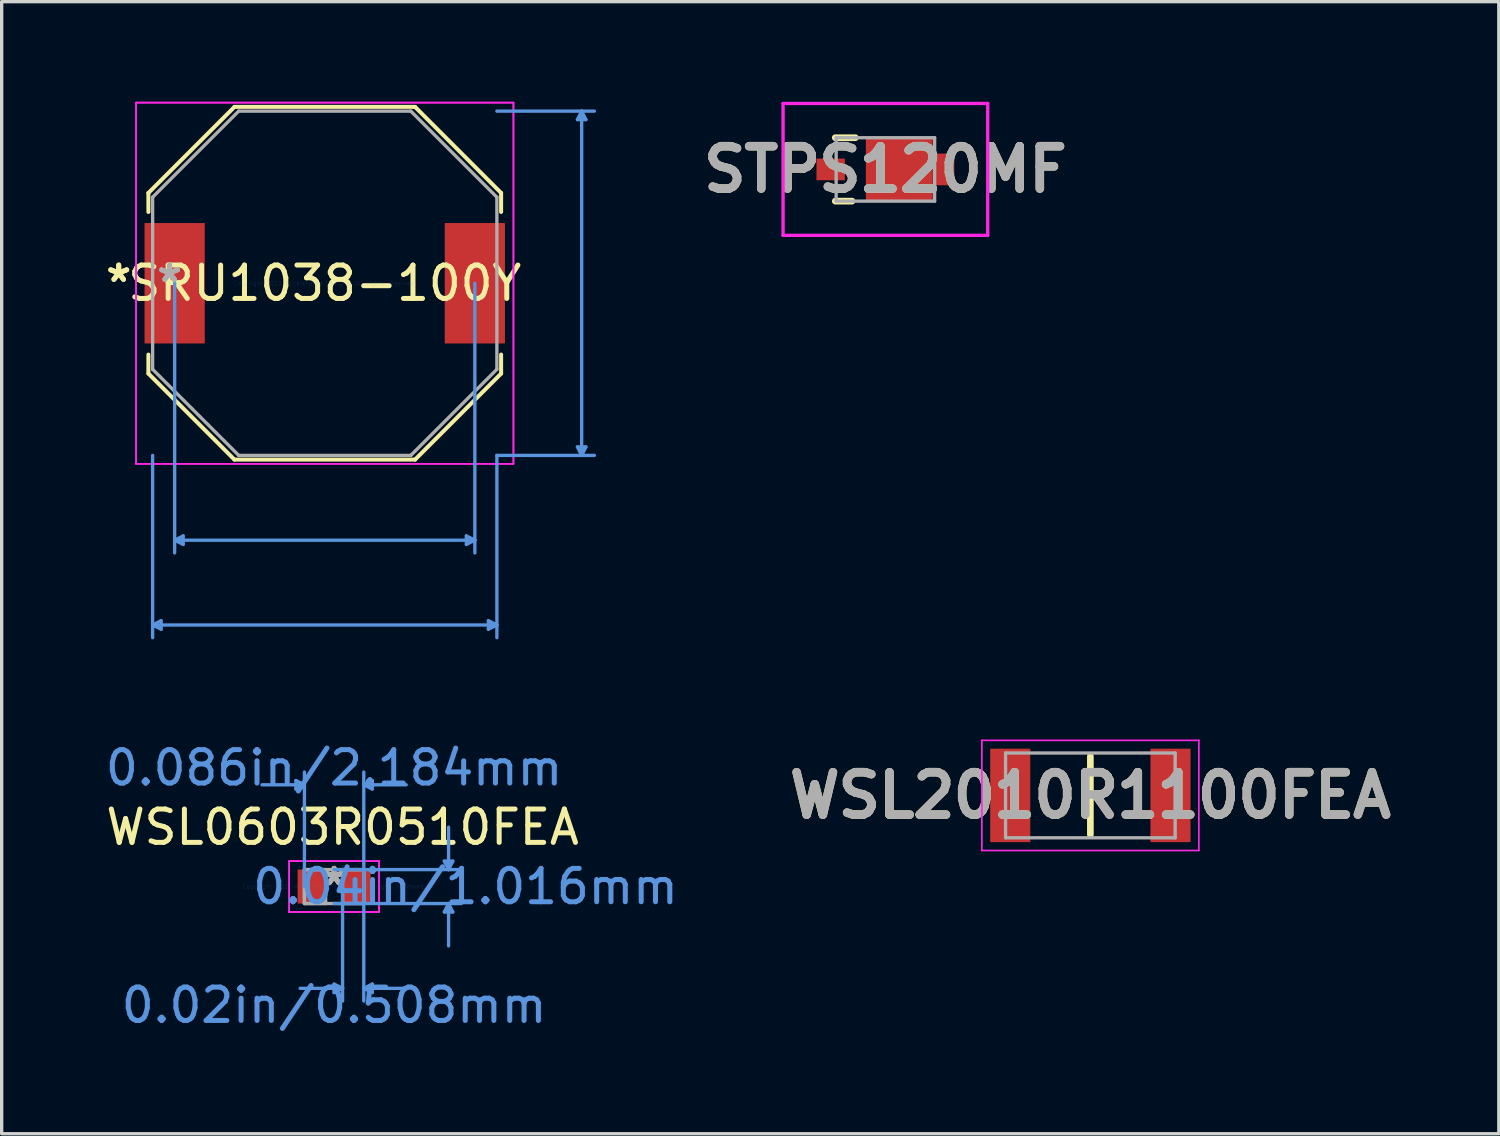
<source format=kicad_pcb>
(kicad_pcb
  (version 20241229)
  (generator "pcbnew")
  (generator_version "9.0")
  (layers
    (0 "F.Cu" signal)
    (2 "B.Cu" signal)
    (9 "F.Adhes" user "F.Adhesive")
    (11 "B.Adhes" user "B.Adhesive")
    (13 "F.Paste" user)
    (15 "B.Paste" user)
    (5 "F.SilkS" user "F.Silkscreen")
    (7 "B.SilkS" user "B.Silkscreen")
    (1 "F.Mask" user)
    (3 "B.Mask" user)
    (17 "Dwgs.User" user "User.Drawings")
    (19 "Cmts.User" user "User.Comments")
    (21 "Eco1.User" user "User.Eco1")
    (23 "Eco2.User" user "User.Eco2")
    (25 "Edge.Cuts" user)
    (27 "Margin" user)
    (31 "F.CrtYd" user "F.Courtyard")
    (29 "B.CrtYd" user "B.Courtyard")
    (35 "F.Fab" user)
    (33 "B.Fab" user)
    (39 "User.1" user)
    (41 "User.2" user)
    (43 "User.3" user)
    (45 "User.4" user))
  (footprint "STPS120MF"
    (layer "F.Cu")
    (at 23.472 2.025)
    (property "Reference" "STPS120MF" (at 0 0 0) (layer "F.SilkS") (effects (font (size 1.27 1.27) (thickness 0.254))))
    (attr smd)
    (fp_line (start -1 0.95) (end -1.5 0.95) (stroke (width 0.2) (type solid)) (layer "F.SilkS"))
    (fp_line (start -0.9 -0.95) (end -1.5 -0.95) (stroke (width 0.2) (type solid)) (layer "F.SilkS"))
    (fp_line (start -3.065 -1.975) (end 3.065 -1.975) (stroke (width 0.1) (type solid)) (layer "F.CrtYd"))
    (fp_line (start -3.065 1.975) (end -3.065 -1.975) (stroke (width 0.1) (type solid)) (layer "F.CrtYd"))
    (fp_line (start 3.065 -1.975) (end 3.065 1.975) (stroke (width 0.1) (type solid)) (layer "F.CrtYd"))
    (fp_line (start 3.065 1.975) (end -3.065 1.975) (stroke (width 0.1) (type solid)) (layer "F.CrtYd"))
    (fp_line (start -1.475 -0.95) (end 1.475 -0.95) (stroke (width 0.1) (type solid)) (layer "F.Fab"))
    (fp_line (start -1.475 0.95) (end -1.475 -0.95) (stroke (width 0.1) (type solid)) (layer "F.Fab"))
    (fp_line (start 1.475 -0.95) (end 1.475 0.95) (stroke (width 0.1) (type solid)) (layer "F.Fab"))
    (fp_line (start 1.475 0.95) (end -1.475 0.95) (stroke (width 0.1) (type solid)) (layer "F.Fab"))
    (fp_text user "${REFERENCE}" (at 0 0 0) (layer "F.Fab") (effects (font (size 1.27 1.27) (thickness 0.254))))
    (pad "1" smd rect (at -1.64 0 90) (size 0.65 0.85) (layers "F.Cu" "F.Mask" "F.Paste"))
    (pad "2" smd rect (at 0.415 0 90) (size 1.95 2) (layers "F.Cu" "F.Mask" "F.Paste"))
    (pad "3" smd rect (at 1.74 0) (size 0.65 0.95) (layers "F.Cu" "F.Mask" "F.Paste")))
  (footprint "WSL0603R0510FEA"
    (layer "F.Cu")
    (at 6.958 23.507)
    (property "Reference" "WSL0603R0510FEA" (at 0.254 -1.778 0) (layer "F.SilkS") (effects (font (size 1 1) (thickness 0.15))))
    (attr through_hole)
    (fp_line (start -1.143 -3.175) (end -1.143 -2.921) (stroke (width 0.1) (type solid)) (layer "Cmts.User"))
    (fp_line (start -0.889 -3.048) (end -2.159 -3.048) (stroke (width 0.1) (type solid)) (layer "Cmts.User"))
    (fp_line (start -0.889 -3.048) (end -1.143 -3.175) (stroke (width 0.1) (type solid)) (layer "Cmts.User"))
    (fp_line (start -0.889 -3.048) (end -1.143 -2.921) (stroke (width 0.1) (type solid)) (layer "Cmts.User"))
    (fp_line (start -0.889 0) (end -0.889 -3.429) (stroke (width 0.1) (type solid)) (layer "Cmts.User"))
    (fp_line (start 0 -0.508) (end 3.81 -0.508) (stroke (width 0.1) (type solid)) (layer "Cmts.User"))
    (fp_line (start 0 0.508) (end 3.81 0.508) (stroke (width 0.1) (type solid)) (layer "Cmts.User"))
    (fp_line (start 0 2.921) (end 0 3.175) (stroke (width 0.1) (type solid)) (layer "Cmts.User"))
    (fp_line (start 0.254 0) (end 0.254 3.429) (stroke (width 0.1) (type solid)) (layer "Cmts.User"))
    (fp_line (start 0.254 3.048) (end -1.016 3.048) (stroke (width 0.1) (type solid)) (layer "Cmts.User"))
    (fp_line (start 0.254 3.048) (end 0 2.921) (stroke (width 0.1) (type solid)) (layer "Cmts.User"))
    (fp_line (start 0.254 3.048) (end 0 3.175) (stroke (width 0.1) (type solid)) (layer "Cmts.User"))
    (fp_line (start 0.889 -3.048) (end 1.143 -3.175) (stroke (width 0.1) (type solid)) (layer "Cmts.User"))
    (fp_line (start 0.889 -3.048) (end 1.143 -2.921) (stroke (width 0.1) (type solid)) (layer "Cmts.User"))
    (fp_line (start 0.889 -3.048) (end 2.159 -3.048) (stroke (width 0.1) (type solid)) (layer "Cmts.User"))
    (fp_line (start 0.889 0) (end 0.889 -3.429) (stroke (width 0.1) (type solid)) (layer "Cmts.User"))
    (fp_line (start 0.889 0) (end 0.889 3.429) (stroke (width 0.1) (type solid)) (layer "Cmts.User"))
    (fp_line (start 0.889 3.048) (end 1.143 2.921) (stroke (width 0.1) (type solid)) (layer "Cmts.User"))
    (fp_line (start 0.889 3.048) (end 1.143 3.175) (stroke (width 0.1) (type solid)) (layer "Cmts.User"))
    (fp_line (start 0.889 3.048) (end 2.159 3.048) (stroke (width 0.1) (type solid)) (layer "Cmts.User"))
    (fp_line (start 1.143 -3.175) (end 1.143 -2.921) (stroke (width 0.1) (type solid)) (layer "Cmts.User"))
    (fp_line (start 1.143 2.921) (end 1.143 3.175) (stroke (width 0.1) (type solid)) (layer "Cmts.User"))
    (fp_line (start 3.302 -0.762) (end 3.556 -0.762) (stroke (width 0.1) (type solid)) (layer "Cmts.User"))
    (fp_line (start 3.302 0.762) (end 3.556 0.762) (stroke (width 0.1) (type solid)) (layer "Cmts.User"))
    (fp_line (start 3.429 -0.508) (end 3.302 -0.762) (stroke (width 0.1) (type solid)) (layer "Cmts.User"))
    (fp_line (start 3.429 -0.508) (end 3.429 -1.778) (stroke (width 0.1) (type solid)) (layer "Cmts.User"))
    (fp_line (start 3.429 -0.508) (end 3.556 -0.762) (stroke (width 0.1) (type solid)) (layer "Cmts.User"))
    (fp_line (start 3.429 0.508) (end 3.302 0.762) (stroke (width 0.1) (type solid)) (layer "Cmts.User"))
    (fp_line (start 3.429 0.508) (end 3.429 1.778) (stroke (width 0.1) (type solid)) (layer "Cmts.User"))
    (fp_line (start 3.429 0.508) (end 3.556 0.762) (stroke (width 0.1) (type solid)) (layer "Cmts.User"))
    (fp_line (start -1.346 -0.762) (end 1.346 -0.762) (stroke (width 0.05) (type solid)) (layer "F.CrtYd"))
    (fp_line (start -1.346 -0.762) (end 1.346 -0.762) (stroke (width 0.05) (type solid)) (layer "F.CrtYd"))
    (fp_line (start -1.346 0.762) (end -1.346 -0.762) (stroke (width 0.05) (type solid)) (layer "F.CrtYd"))
    (fp_line (start -1.346 0.762) (end -1.346 -0.762) (stroke (width 0.05) (type solid)) (layer "F.CrtYd"))
    (fp_line (start 1.346 -0.762) (end 1.346 0.762) (stroke (width 0.05) (type solid)) (layer "F.CrtYd"))
    (fp_line (start 1.346 -0.762) (end 1.346 0.762) (stroke (width 0.05) (type solid)) (layer "F.CrtYd"))
    (fp_line (start 1.346 0.762) (end -1.346 0.762) (stroke (width 0.05) (type solid)) (layer "F.CrtYd"))
    (fp_line (start 1.346 0.762) (end -1.346 0.762) (stroke (width 0.05) (type solid)) (layer "F.CrtYd"))
    (fp_line (start -0.889 -0.508) (end -0.889 0.508) (stroke (width 0.1) (type solid)) (layer "F.Fab"))
    (fp_line (start -0.889 -0.508) (end -0.889 0.508) (stroke (width 0.1) (type solid)) (layer "F.Fab"))
    (fp_line (start -0.889 0.508) (end -0.254 0.508) (stroke (width 0.1) (type solid)) (layer "F.Fab"))
    (fp_line (start -0.889 0.508) (end 0.889 0.508) (stroke (width 0.1) (type solid)) (layer "F.Fab"))
    (fp_line (start -0.254 -0.508) (end -0.889 -0.508) (stroke (width 0.1) (type solid)) (layer "F.Fab"))
    (fp_line (start -0.254 0.508) (end -0.254 -0.508) (stroke (width 0.1) (type solid)) (layer "F.Fab"))
    (fp_line (start 0.254 -0.508) (end 0.254 0.508) (stroke (width 0.1) (type solid)) (layer "F.Fab"))
    (fp_line (start 0.254 0.508) (end 0.889 0.508) (stroke (width 0.1) (type solid)) (layer "F.Fab"))
    (fp_line (start 0.889 -0.508) (end -0.889 -0.508) (stroke (width 0.1) (type solid)) (layer "F.Fab"))
    (fp_line (start 0.889 -0.508) (end 0.254 -0.508) (stroke (width 0.1) (type solid)) (layer "F.Fab"))
    (fp_line (start 0.889 0.508) (end 0.889 -0.508) (stroke (width 0.1) (type solid)) (layer "F.Fab"))
    (fp_line (start 0.889 0.508) (end 0.889 -0.508) (stroke (width 0.1) (type solid)) (layer "F.Fab"))
    (fp_text user "*" (at 0 0 0) (layer "F.SilkS") (effects (font (size 1 1) (thickness 0.15))))
    (fp_text user "0.02in/0.508mm" (at 0 3.556 0) (layer "Cmts.User") (effects (font (size 1 1) (thickness 0.15))))
    (fp_text user "Copyright 2021 Accelerated Designs. All rights reserved." (at 0 0 0) (layer "Cmts.User") (effects (font (size 0.127 0.127) (thickness 0.002))))
    (fp_text user "0.04in/1.016mm" (at 3.937 0 0) (layer "Cmts.User") (effects (font (size 1 1) (thickness 0.15))))
    (fp_text user "0.086in/2.184mm" (at 0 -3.556 0) (layer "Cmts.User") (effects (font (size 1 1) (thickness 0.15))))
    (fp_text user "*" (at 0 0 0) (layer "F.Fab") (effects (font (size 1 1) (thickness 0.15))))
    (pad "1" smd rect (at -0.673 0) (size 0.838 1.016) (layers "F.Cu" "F.Mask" "F.Paste"))
    (pad "2" smd rect (at 0.673 0) (size 0.838 1.016) (layers "F.Cu" "F.Mask" "F.Paste")))
  (footprint "WSL2010R1100FEA"
    (layer "F.Cu")
    (at 29.612 20.777)
    (property "Reference" "WSL2010R1100FEA" (at 0 0 0) (layer "F.SilkS") (effects (font (size 1.27 1.27) (thickness 0.254))))
    (attr smd)
    (fp_line (start 0 -1.17) (end 0 1.17) (stroke (width 0.2) (type solid)) (layer "F.SilkS"))
    (fp_line (start -3.25 -1.65) (end 3.25 -1.65) (stroke (width 0.05) (type solid)) (layer "F.CrtYd"))
    (fp_line (start -3.25 1.65) (end -3.25 -1.65) (stroke (width 0.05) (type solid)) (layer "F.CrtYd"))
    (fp_line (start 3.25 -1.65) (end 3.25 1.65) (stroke (width 0.05) (type solid)) (layer "F.CrtYd"))
    (fp_line (start 3.25 1.65) (end -3.25 1.65) (stroke (width 0.05) (type solid)) (layer "F.CrtYd"))
    (fp_line (start -2.54 -1.27) (end 2.54 -1.27) (stroke (width 0.1) (type solid)) (layer "F.Fab"))
    (fp_line (start -2.54 1.27) (end -2.54 -1.27) (stroke (width 0.1) (type solid)) (layer "F.Fab"))
    (fp_line (start 2.54 -1.27) (end 2.54 1.27) (stroke (width 0.1) (type solid)) (layer "F.Fab"))
    (fp_line (start 2.54 1.27) (end -2.54 1.27) (stroke (width 0.1) (type solid)) (layer "F.Fab"))
    (fp_text user "${REFERENCE}" (at 0 0 0) (layer "F.Fab") (effects (font (size 1.27 1.27) (thickness 0.254))))
    (pad "1" smd rect (at -2.4 0) (size 1.2 2.8) (layers "F.Cu" "F.Mask" "F.Paste"))
    (pad "2" smd rect (at 2.4 0) (size 1.2 2.8) (layers "F.Cu" "F.Mask" "F.Paste")))
  (footprint "SRU1038-100Y"
    (layer "F.Cu")
    (at 6.678 5.435)
    (property "Reference" "SRU1038-100Y" (at 0 0 0) (layer "F.SilkS") (effects (font (size 1 1) (thickness 0.15))))
    (attr through_hole)
    (fp_line (start -5.283 -2.705) (end -5.283 -2.136) (stroke (width 0.12) (type solid)) (layer "F.SilkS"))
    (fp_line (start -5.283 2.136) (end -5.283 2.705) (stroke (width 0.12) (type solid)) (layer "F.SilkS"))
    (fp_line (start -5.283 2.705) (end -2.705 5.283) (stroke (width 0.12) (type solid)) (layer "F.SilkS"))
    (fp_line (start -2.705 -5.283) (end -5.283 -2.705) (stroke (width 0.12) (type solid)) (layer "F.SilkS"))
    (fp_line (start -2.705 5.283) (end 2.705 5.283) (stroke (width 0.12) (type solid)) (layer "F.SilkS"))
    (fp_line (start 2.705 -5.283) (end -2.705 -5.283) (stroke (width 0.12) (type solid)) (layer "F.SilkS"))
    (fp_line (start 2.705 5.283) (end 5.283 2.705) (stroke (width 0.12) (type solid)) (layer "F.SilkS"))
    (fp_line (start 5.283 -2.705) (end 2.705 -5.283) (stroke (width 0.12) (type solid)) (layer "F.SilkS"))
    (fp_line (start 5.283 -2.136) (end 5.283 -2.705) (stroke (width 0.12) (type solid)) (layer "F.SilkS"))
    (fp_line (start 5.283 2.705) (end 5.283 2.136) (stroke (width 0.12) (type solid)) (layer "F.SilkS"))
    (fp_line (start -5.156 5.156) (end -5.156 10.617) (stroke (width 0.1) (type solid)) (layer "Cmts.User"))
    (fp_line (start -5.156 10.236) (end -4.902 10.109) (stroke (width 0.1) (type solid)) (layer "Cmts.User"))
    (fp_line (start -5.156 10.236) (end -4.902 10.363) (stroke (width 0.1) (type solid)) (layer "Cmts.User"))
    (fp_line (start -5.156 10.236) (end 5.156 10.236) (stroke (width 0.1) (type solid)) (layer "Cmts.User"))
    (fp_line (start -4.902 10.109) (end -4.902 10.363) (stroke (width 0.1) (type solid)) (layer "Cmts.User"))
    (fp_line (start -4.496 0) (end -4.496 8.077) (stroke (width 0.1) (type solid)) (layer "Cmts.User"))
    (fp_line (start -4.496 7.696) (end -4.242 7.569) (stroke (width 0.1) (type solid)) (layer "Cmts.User"))
    (fp_line (start -4.496 7.696) (end -4.242 7.823) (stroke (width 0.1) (type solid)) (layer "Cmts.User"))
    (fp_line (start -4.496 7.696) (end 4.496 7.696) (stroke (width 0.1) (type solid)) (layer "Cmts.User"))
    (fp_line (start -4.242 7.569) (end -4.242 7.823) (stroke (width 0.1) (type solid)) (layer "Cmts.User"))
    (fp_line (start 4.242 7.569) (end 4.242 7.823) (stroke (width 0.1) (type solid)) (layer "Cmts.User"))
    (fp_line (start 4.496 0) (end 4.496 8.077) (stroke (width 0.1) (type solid)) (layer "Cmts.User"))
    (fp_line (start 4.496 7.696) (end 4.242 7.569) (stroke (width 0.1) (type solid)) (layer "Cmts.User"))
    (fp_line (start 4.496 7.696) (end 4.242 7.823) (stroke (width 0.1) (type solid)) (layer "Cmts.User"))
    (fp_line (start 4.902 10.109) (end 4.902 10.363) (stroke (width 0.1) (type solid)) (layer "Cmts.User"))
    (fp_line (start 5.156 -5.156) (end 8.077 -5.156) (stroke (width 0.1) (type solid)) (layer "Cmts.User"))
    (fp_line (start 5.156 5.156) (end 5.156 10.617) (stroke (width 0.1) (type solid)) (layer "Cmts.User"))
    (fp_line (start 5.156 5.156) (end 8.077 5.156) (stroke (width 0.1) (type solid)) (layer "Cmts.User"))
    (fp_line (start 5.156 10.236) (end 4.902 10.109) (stroke (width 0.1) (type solid)) (layer "Cmts.User"))
    (fp_line (start 5.156 10.236) (end 4.902 10.363) (stroke (width 0.1) (type solid)) (layer "Cmts.User"))
    (fp_line (start 7.569 -4.902) (end 7.823 -4.902) (stroke (width 0.1) (type solid)) (layer "Cmts.User"))
    (fp_line (start 7.569 4.902) (end 7.823 4.902) (stroke (width 0.1) (type solid)) (layer "Cmts.User"))
    (fp_line (start 7.696 -5.156) (end 7.569 -4.902) (stroke (width 0.1) (type solid)) (layer "Cmts.User"))
    (fp_line (start 7.696 -5.156) (end 7.696 5.156) (stroke (width 0.1) (type solid)) (layer "Cmts.User"))
    (fp_line (start 7.696 -5.156) (end 7.823 -4.902) (stroke (width 0.1) (type solid)) (layer "Cmts.User"))
    (fp_line (start 7.696 5.156) (end 7.569 4.902) (stroke (width 0.1) (type solid)) (layer "Cmts.User"))
    (fp_line (start 7.696 5.156) (end 7.823 4.902) (stroke (width 0.1) (type solid)) (layer "Cmts.User"))
    (fp_line (start -5.652 -5.41) (end 5.652 -5.41) (stroke (width 0.05) (type solid)) (layer "F.CrtYd"))
    (fp_line (start -5.652 -5.41) (end 5.652 -5.41) (stroke (width 0.05) (type solid)) (layer "F.CrtYd"))
    (fp_line (start -5.652 5.41) (end -5.652 -5.41) (stroke (width 0.05) (type solid)) (layer "F.CrtYd"))
    (fp_line (start -5.652 5.41) (end -5.652 -5.41) (stroke (width 0.05) (type solid)) (layer "F.CrtYd"))
    (fp_line (start 5.652 -5.41) (end 5.652 5.41) (stroke (width 0.05) (type solid)) (layer "F.CrtYd"))
    (fp_line (start 5.652 -5.41) (end 5.652 5.41) (stroke (width 0.05) (type solid)) (layer "F.CrtYd"))
    (fp_line (start 5.652 5.41) (end -5.652 5.41) (stroke (width 0.05) (type solid)) (layer "F.CrtYd"))
    (fp_line (start 5.652 5.41) (end -5.652 5.41) (stroke (width 0.05) (type solid)) (layer "F.CrtYd"))
    (fp_line (start -5.156 -2.578) (end -5.156 2.578) (stroke (width 0.1) (type solid)) (layer "F.Fab"))
    (fp_line (start -5.156 2.578) (end -2.578 5.156) (stroke (width 0.1) (type solid)) (layer "F.Fab"))
    (fp_line (start -2.578 -5.156) (end -5.156 -2.578) (stroke (width 0.1) (type solid)) (layer "F.Fab"))
    (fp_line (start -2.578 5.156) (end 2.578 5.156) (stroke (width 0.1) (type solid)) (layer "F.Fab"))
    (fp_line (start 2.578 -5.156) (end -2.578 -5.156) (stroke (width 0.1) (type solid)) (layer "F.Fab"))
    (fp_line (start 2.578 5.156) (end 5.156 2.578) (stroke (width 0.1) (type solid)) (layer "F.Fab"))
    (fp_line (start 5.156 -2.578) (end 2.578 -5.156) (stroke (width 0.1) (type solid)) (layer "F.Fab"))
    (fp_line (start 5.156 2.578) (end 5.156 -2.578) (stroke (width 0.1) (type solid)) (layer "F.Fab"))
    (fp_text user "*" (at -6.172 0 0) (layer "F.SilkS") (effects (font (size 1 1) (thickness 0.15))))
    (fp_text user "*" (at -6.172 0 0) (layer "F.SilkS") (effects (font (size 1 1) (thickness 0.15))))
    (fp_text user "Copyright 2021 Accelerated Designs. All rights reserved." (at 0 0 0) (layer "Cmts.User") (effects (font (size 0.127 0.127) (thickness 0.002))))
    (fp_text user "*" (at -4.648 0 0) (layer "F.Fab") (effects (font (size 1 1) (thickness 0.15))))
    (fp_text user "*" (at -4.648 0 0) (layer "F.Fab") (effects (font (size 1 1) (thickness 0.15))))
    (pad "1" smd rect (at -4.496 0) (size 1.803 3.607) (layers "F.Cu" "F.Mask" "F.Paste"))
    (pad "2" smd rect (at 4.496 0) (size 1.803 3.607) (layers "F.Cu" "F.Mask" "F.Paste")))
  (gr_rect
    (start -3 -3)
    (end 41.847 30.911)
    (stroke (width 0.1) (type default))
    (fill no)
    (layer "Edge.Cuts")))
</source>
